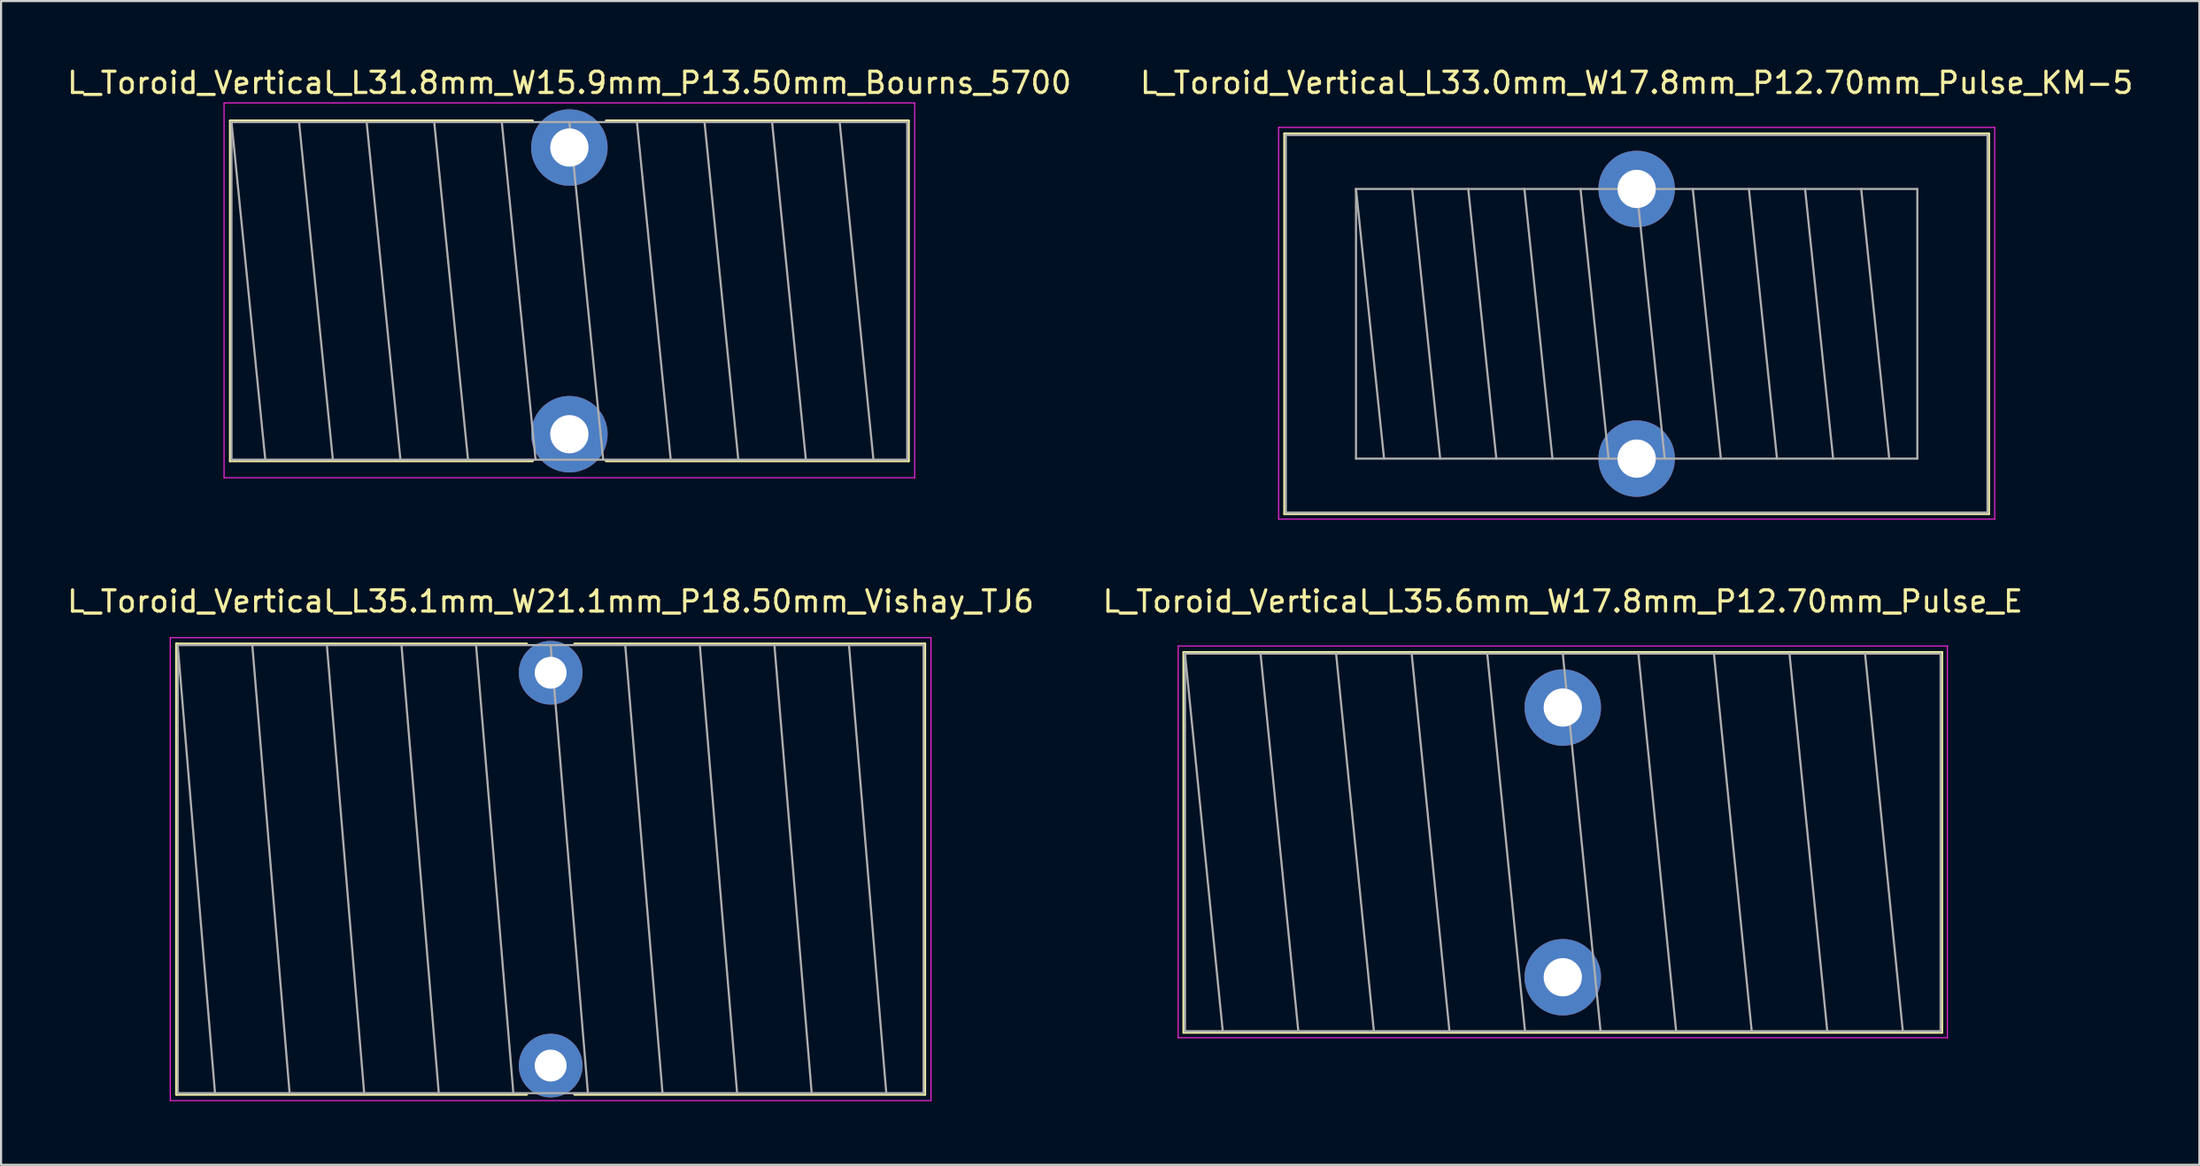
<source format=kicad_pcb>
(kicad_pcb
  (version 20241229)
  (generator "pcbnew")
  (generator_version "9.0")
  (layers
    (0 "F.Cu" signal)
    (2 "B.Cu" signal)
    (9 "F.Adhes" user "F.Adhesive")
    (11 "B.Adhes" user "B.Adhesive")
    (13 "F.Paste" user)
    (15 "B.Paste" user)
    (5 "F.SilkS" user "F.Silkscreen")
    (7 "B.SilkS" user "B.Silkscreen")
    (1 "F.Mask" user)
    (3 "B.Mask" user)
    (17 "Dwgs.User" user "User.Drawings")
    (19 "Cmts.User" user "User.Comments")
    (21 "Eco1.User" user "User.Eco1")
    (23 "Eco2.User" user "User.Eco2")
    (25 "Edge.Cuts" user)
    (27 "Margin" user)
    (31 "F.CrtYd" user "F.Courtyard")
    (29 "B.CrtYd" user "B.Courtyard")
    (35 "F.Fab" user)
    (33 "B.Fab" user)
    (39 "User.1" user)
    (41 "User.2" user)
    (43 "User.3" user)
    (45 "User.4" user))
  (footprint "L_Toroid_Vertical_L31.8mm_W15.9mm_P13.50mm_Bourns_5700"
    (layer "F.Cu")
    (at 23.744 3.898)
    (property "Reference" "L_Toroid_Vertical_L31.8mm_W15.9mm_P13.50mm_Bourns_5700" (at 0 -3.05 0) (layer "F.SilkS") (effects (font (size 1 1) (thickness 0.15))))
    (attr through_hole)
    (fp_line (start -15.96 -1.26) (end -15.96 14.76) (stroke (width 0.12) (type solid)) (layer "F.SilkS"))
    (fp_line (start -15.96 -1.26) (end -1.73 -1.26) (stroke (width 0.12) (type solid)) (layer "F.SilkS"))
    (fp_line (start -15.96 14.76) (end -1.73 14.76) (stroke (width 0.12) (type solid)) (layer "F.SilkS"))
    (fp_line (start 1.73 -1.26) (end 15.96 -1.26) (stroke (width 0.12) (type solid)) (layer "F.SilkS"))
    (fp_line (start 1.73 14.76) (end 15.96 14.76) (stroke (width 0.12) (type solid)) (layer "F.SilkS"))
    (fp_line (start 15.96 -1.26) (end 15.96 14.76) (stroke (width 0.12) (type solid)) (layer "F.SilkS"))
    (fp_line (start -16.25 -2.1) (end -16.25 15.55) (stroke (width 0.05) (type solid)) (layer "F.CrtYd"))
    (fp_line (start -16.25 15.55) (end 16.25 15.55) (stroke (width 0.05) (type solid)) (layer "F.CrtYd"))
    (fp_line (start 16.25 -2.1) (end -16.25 -2.1) (stroke (width 0.05) (type solid)) (layer "F.CrtYd"))
    (fp_line (start 16.25 15.55) (end 16.25 -2.1) (stroke (width 0.05) (type solid)) (layer "F.CrtYd"))
    (fp_line (start -15.9 -1.2) (end -15.9 14.7) (stroke (width 0.1) (type solid)) (layer "F.Fab"))
    (fp_line (start -15.9 -1.2) (end -14.31 14.7) (stroke (width 0.1) (type solid)) (layer "F.Fab"))
    (fp_line (start -15.9 14.7) (end 15.9 14.7) (stroke (width 0.1) (type solid)) (layer "F.Fab"))
    (fp_line (start -12.72 -1.2) (end -11.13 14.7) (stroke (width 0.1) (type solid)) (layer "F.Fab"))
    (fp_line (start -9.54 -1.2) (end -7.95 14.7) (stroke (width 0.1) (type solid)) (layer "F.Fab"))
    (fp_line (start -6.36 -1.2) (end -4.77 14.7) (stroke (width 0.1) (type solid)) (layer "F.Fab"))
    (fp_line (start -3.18 -1.2) (end -1.59 14.7) (stroke (width 0.1) (type solid)) (layer "F.Fab"))
    (fp_line (start 0 -1.2) (end 1.59 14.7) (stroke (width 0.1) (type solid)) (layer "F.Fab"))
    (fp_line (start 3.18 -1.2) (end 4.77 14.7) (stroke (width 0.1) (type solid)) (layer "F.Fab"))
    (fp_line (start 6.36 -1.2) (end 7.95 14.7) (stroke (width 0.1) (type solid)) (layer "F.Fab"))
    (fp_line (start 9.54 -1.2) (end 11.13 14.7) (stroke (width 0.1) (type solid)) (layer "F.Fab"))
    (fp_line (start 12.72 -1.2) (end 14.31 14.7) (stroke (width 0.1) (type solid)) (layer "F.Fab"))
    (fp_line (start 15.9 -1.2) (end -15.9 -1.2) (stroke (width 0.1) (type solid)) (layer "F.Fab"))
    (fp_line (start 15.9 14.7) (end 15.9 -1.2) (stroke (width 0.1) (type solid)) (layer "F.Fab"))
    (pad "1" thru_hole circle (at 0 0) (size 3.6 3.6) (drill 1.8) (layers "*.Cu" "*.Mask"))
    (pad "2" thru_hole circle (at 0 13.5) (size 3.6 3.6) (drill 1.8) (layers "*.Cu" "*.Mask")))
  (footprint "L_Toroid_Vertical_L33.0mm_W17.8mm_P12.70mm_Pulse_KM-5"
    (layer "F.Cu")
    (at 73.97 5.848)
    (property "Reference" "L_Toroid_Vertical_L33.0mm_W17.8mm_P12.70mm_Pulse_KM-5" (at 0 -5 0) (layer "F.SilkS") (effects (font (size 1 1) (thickness 0.15))))
    (attr through_hole)
    (fp_line (start -16.57 -2.6) (end -16.57 15.3) (stroke (width 0.12) (type solid)) (layer "F.SilkS"))
    (fp_line (start -16.57 -2.6) (end 16.57 -2.6) (stroke (width 0.12) (type solid)) (layer "F.SilkS"))
    (fp_line (start -16.57 15.3) (end 16.57 15.3) (stroke (width 0.12) (type solid)) (layer "F.SilkS"))
    (fp_line (start 16.57 -2.6) (end 16.57 15.3) (stroke (width 0.12) (type solid)) (layer "F.SilkS"))
    (fp_line (start -16.85 -2.9) (end -16.85 15.55) (stroke (width 0.05) (type solid)) (layer "F.CrtYd"))
    (fp_line (start -16.85 15.55) (end 16.85 15.55) (stroke (width 0.05) (type solid)) (layer "F.CrtYd"))
    (fp_line (start 16.85 -2.9) (end -16.85 -2.9) (stroke (width 0.05) (type solid)) (layer "F.CrtYd"))
    (fp_line (start 16.85 15.55) (end 16.85 -2.9) (stroke (width 0.05) (type solid)) (layer "F.CrtYd"))
    (fp_line (start -16.51 -2.54) (end -16.51 15.24) (stroke (width 0.1) (type solid)) (layer "F.Fab"))
    (fp_line (start -16.51 15.24) (end 16.51 15.24) (stroke (width 0.1) (type solid)) (layer "F.Fab"))
    (fp_line (start -13.208 0) (end -13.208 12.7) (stroke (width 0.1) (type solid)) (layer "F.Fab"))
    (fp_line (start -13.208 0) (end -11.887 12.7) (stroke (width 0.1) (type solid)) (layer "F.Fab"))
    (fp_line (start -13.208 12.7) (end 13.208 12.7) (stroke (width 0.1) (type solid)) (layer "F.Fab"))
    (fp_line (start -10.566 0) (end -9.246 12.7) (stroke (width 0.1) (type solid)) (layer "F.Fab"))
    (fp_line (start -7.925 0) (end -6.604 12.7) (stroke (width 0.1) (type solid)) (layer "F.Fab"))
    (fp_line (start -5.283 0) (end -3.962 12.7) (stroke (width 0.1) (type solid)) (layer "F.Fab"))
    (fp_line (start -2.642 0) (end -1.321 12.7) (stroke (width 0.1) (type solid)) (layer "F.Fab"))
    (fp_line (start 0 0) (end 1.321 12.7) (stroke (width 0.1) (type solid)) (layer "F.Fab"))
    (fp_line (start 2.642 0) (end 3.962 12.7) (stroke (width 0.1) (type solid)) (layer "F.Fab"))
    (fp_line (start 5.283 0) (end 6.604 12.7) (stroke (width 0.1) (type solid)) (layer "F.Fab"))
    (fp_line (start 7.925 0) (end 9.246 12.7) (stroke (width 0.1) (type solid)) (layer "F.Fab"))
    (fp_line (start 10.566 0) (end 11.887 12.7) (stroke (width 0.1) (type solid)) (layer "F.Fab"))
    (fp_line (start 13.208 0) (end -13.208 0) (stroke (width 0.1) (type solid)) (layer "F.Fab"))
    (fp_line (start 13.208 12.7) (end 13.208 0) (stroke (width 0.1) (type solid)) (layer "F.Fab"))
    (fp_line (start 16.51 -2.54) (end -16.51 -2.54) (stroke (width 0.1) (type solid)) (layer "F.Fab"))
    (fp_line (start 16.51 15.24) (end 16.51 -2.54) (stroke (width 0.1) (type solid)) (layer "F.Fab"))
    (pad "1" thru_hole circle (at 0 0) (size 3.6 3.6) (drill 1.8) (layers "*.Cu" "*.Mask"))
    (pad "2" thru_hole circle (at 0 12.7) (size 3.6 3.6) (drill 1.8) (layers "*.Cu" "*.Mask")))
  (footprint "L_Toroid_Vertical_L35.6mm_W17.8mm_P12.70mm_Pulse_E"
    (layer "F.Cu")
    (at 70.494 30.271)
    (property "Reference" "L_Toroid_Vertical_L35.6mm_W17.8mm_P12.70mm_Pulse_E" (at 0 -5 0) (layer "F.SilkS") (effects (font (size 1 1) (thickness 0.15))))
    (attr through_hole)
    (fp_line (start -17.84 -2.6) (end -17.84 15.3) (stroke (width 0.12) (type solid)) (layer "F.SilkS"))
    (fp_line (start -17.84 -2.6) (end 17.84 -2.6) (stroke (width 0.12) (type solid)) (layer "F.SilkS"))
    (fp_line (start -17.84 15.3) (end 17.84 15.3) (stroke (width 0.12) (type solid)) (layer "F.SilkS"))
    (fp_line (start 17.84 -2.6) (end 17.84 15.3) (stroke (width 0.12) (type solid)) (layer "F.SilkS"))
    (fp_line (start -18.1 -2.9) (end -18.1 15.55) (stroke (width 0.05) (type solid)) (layer "F.CrtYd"))
    (fp_line (start -18.1 15.55) (end 18.1 15.55) (stroke (width 0.05) (type solid)) (layer "F.CrtYd"))
    (fp_line (start 18.1 -2.9) (end -18.1 -2.9) (stroke (width 0.05) (type solid)) (layer "F.CrtYd"))
    (fp_line (start 18.1 15.55) (end 18.1 -2.9) (stroke (width 0.05) (type solid)) (layer "F.CrtYd"))
    (fp_line (start -17.78 -2.54) (end -17.78 15.24) (stroke (width 0.1) (type solid)) (layer "F.Fab"))
    (fp_line (start -17.78 -2.54) (end -16.002 15.24) (stroke (width 0.1) (type solid)) (layer "F.Fab"))
    (fp_line (start -17.78 15.24) (end 17.78 15.24) (stroke (width 0.1) (type solid)) (layer "F.Fab"))
    (fp_line (start -14.224 -2.54) (end -12.446 15.24) (stroke (width 0.1) (type solid)) (layer "F.Fab"))
    (fp_line (start -10.668 -2.54) (end -8.89 15.24) (stroke (width 0.1) (type solid)) (layer "F.Fab"))
    (fp_line (start -7.112 -2.54) (end -5.334 15.24) (stroke (width 0.1) (type solid)) (layer "F.Fab"))
    (fp_line (start -3.556 -2.54) (end -1.778 15.24) (stroke (width 0.1) (type solid)) (layer "F.Fab"))
    (fp_line (start 0 -2.54) (end 1.778 15.24) (stroke (width 0.1) (type solid)) (layer "F.Fab"))
    (fp_line (start 3.556 -2.54) (end 5.334 15.24) (stroke (width 0.1) (type solid)) (layer "F.Fab"))
    (fp_line (start 7.112 -2.54) (end 8.89 15.24) (stroke (width 0.1) (type solid)) (layer "F.Fab"))
    (fp_line (start 10.668 -2.54) (end 12.446 15.24) (stroke (width 0.1) (type solid)) (layer "F.Fab"))
    (fp_line (start 14.224 -2.54) (end 16.002 15.24) (stroke (width 0.1) (type solid)) (layer "F.Fab"))
    (fp_line (start 17.78 -2.54) (end -17.78 -2.54) (stroke (width 0.1) (type solid)) (layer "F.Fab"))
    (fp_line (start 17.78 15.24) (end 17.78 -2.54) (stroke (width 0.1) (type solid)) (layer "F.Fab"))
    (pad "1" thru_hole circle (at 0 0) (size 3.6 3.6) (drill 1.8) (layers "*.Cu" "*.Mask"))
    (pad "2" thru_hole circle (at 0 12.7) (size 3.6 3.6) (drill 1.8) (layers "*.Cu" "*.Mask")))
  (footprint "L_Toroid_Vertical_L35.1mm_W21.1mm_P18.50mm_Vishay_TJ6"
    (layer "F.Cu")
    (at 22.863 28.631)
    (property "Reference" "L_Toroid_Vertical_L35.1mm_W21.1mm_P18.50mm_Vishay_TJ6" (at 0 -3.36 0) (layer "F.SilkS") (effects (font (size 1 1) (thickness 0.15))))
    (attr through_hole)
    (fp_line (start -17.61 -1.361) (end -17.61 19.861) (stroke (width 0.12) (type solid)) (layer "F.SilkS"))
    (fp_line (start -17.61 -1.361) (end -1.127 -1.361) (stroke (width 0.12) (type solid)) (layer "F.SilkS"))
    (fp_line (start -17.61 19.861) (end -1.127 19.861) (stroke (width 0.12) (type solid)) (layer "F.SilkS"))
    (fp_line (start 1.127 -1.361) (end 17.61 -1.361) (stroke (width 0.12) (type solid)) (layer "F.SilkS"))
    (fp_line (start 1.127 19.861) (end 17.61 19.861) (stroke (width 0.12) (type solid)) (layer "F.SilkS"))
    (fp_line (start 17.61 -1.361) (end 17.61 19.861) (stroke (width 0.12) (type solid)) (layer "F.SilkS"))
    (fp_line (start -17.9 -1.65) (end -17.9 20.15) (stroke (width 0.05) (type solid)) (layer "F.CrtYd"))
    (fp_line (start -17.9 20.15) (end 17.9 20.15) (stroke (width 0.05) (type solid)) (layer "F.CrtYd"))
    (fp_line (start 17.9 -1.65) (end -17.9 -1.65) (stroke (width 0.05) (type solid)) (layer "F.CrtYd"))
    (fp_line (start 17.9 20.15) (end 17.9 -1.65) (stroke (width 0.05) (type solid)) (layer "F.CrtYd"))
    (fp_line (start -17.55 -1.3) (end -17.55 19.8) (stroke (width 0.1) (type solid)) (layer "F.Fab"))
    (fp_line (start -17.55 -1.3) (end -15.795 19.8) (stroke (width 0.1) (type solid)) (layer "F.Fab"))
    (fp_line (start -17.55 19.8) (end 17.55 19.8) (stroke (width 0.1) (type solid)) (layer "F.Fab"))
    (fp_line (start -14.04 -1.3) (end -12.285 19.8) (stroke (width 0.1) (type solid)) (layer "F.Fab"))
    (fp_line (start -10.53 -1.3) (end -8.775 19.8) (stroke (width 0.1) (type solid)) (layer "F.Fab"))
    (fp_line (start -7.02 -1.3) (end -5.265 19.8) (stroke (width 0.1) (type solid)) (layer "F.Fab"))
    (fp_line (start -3.51 -1.3) (end -1.755 19.8) (stroke (width 0.1) (type solid)) (layer "F.Fab"))
    (fp_line (start 0 -1.3) (end 1.755 19.8) (stroke (width 0.1) (type solid)) (layer "F.Fab"))
    (fp_line (start 3.51 -1.3) (end 5.265 19.8) (stroke (width 0.1) (type solid)) (layer "F.Fab"))
    (fp_line (start 7.02 -1.3) (end 8.775 19.8) (stroke (width 0.1) (type solid)) (layer "F.Fab"))
    (fp_line (start 10.53 -1.3) (end 12.285 19.8) (stroke (width 0.1) (type solid)) (layer "F.Fab"))
    (fp_line (start 14.04 -1.3) (end 15.795 19.8) (stroke (width 0.1) (type solid)) (layer "F.Fab"))
    (fp_line (start 17.55 -1.3) (end -17.55 -1.3) (stroke (width 0.1) (type solid)) (layer "F.Fab"))
    (fp_line (start 17.55 19.8) (end 17.55 -1.3) (stroke (width 0.1) (type solid)) (layer "F.Fab"))
    (pad "1" thru_hole circle (at 0 0) (size 3 3) (drill 1.5) (layers "*.Cu" "*.Mask"))
    (pad "2" thru_hole circle (at 0 18.5) (size 3 3) (drill 1.5) (layers "*.Cu" "*.Mask")))
  (gr_rect
    (start -3 -3)
    (end 100.452 51.806)
    (stroke (width 0.1) (type default))
    (fill no)
    (layer "Edge.Cuts")))
</source>
